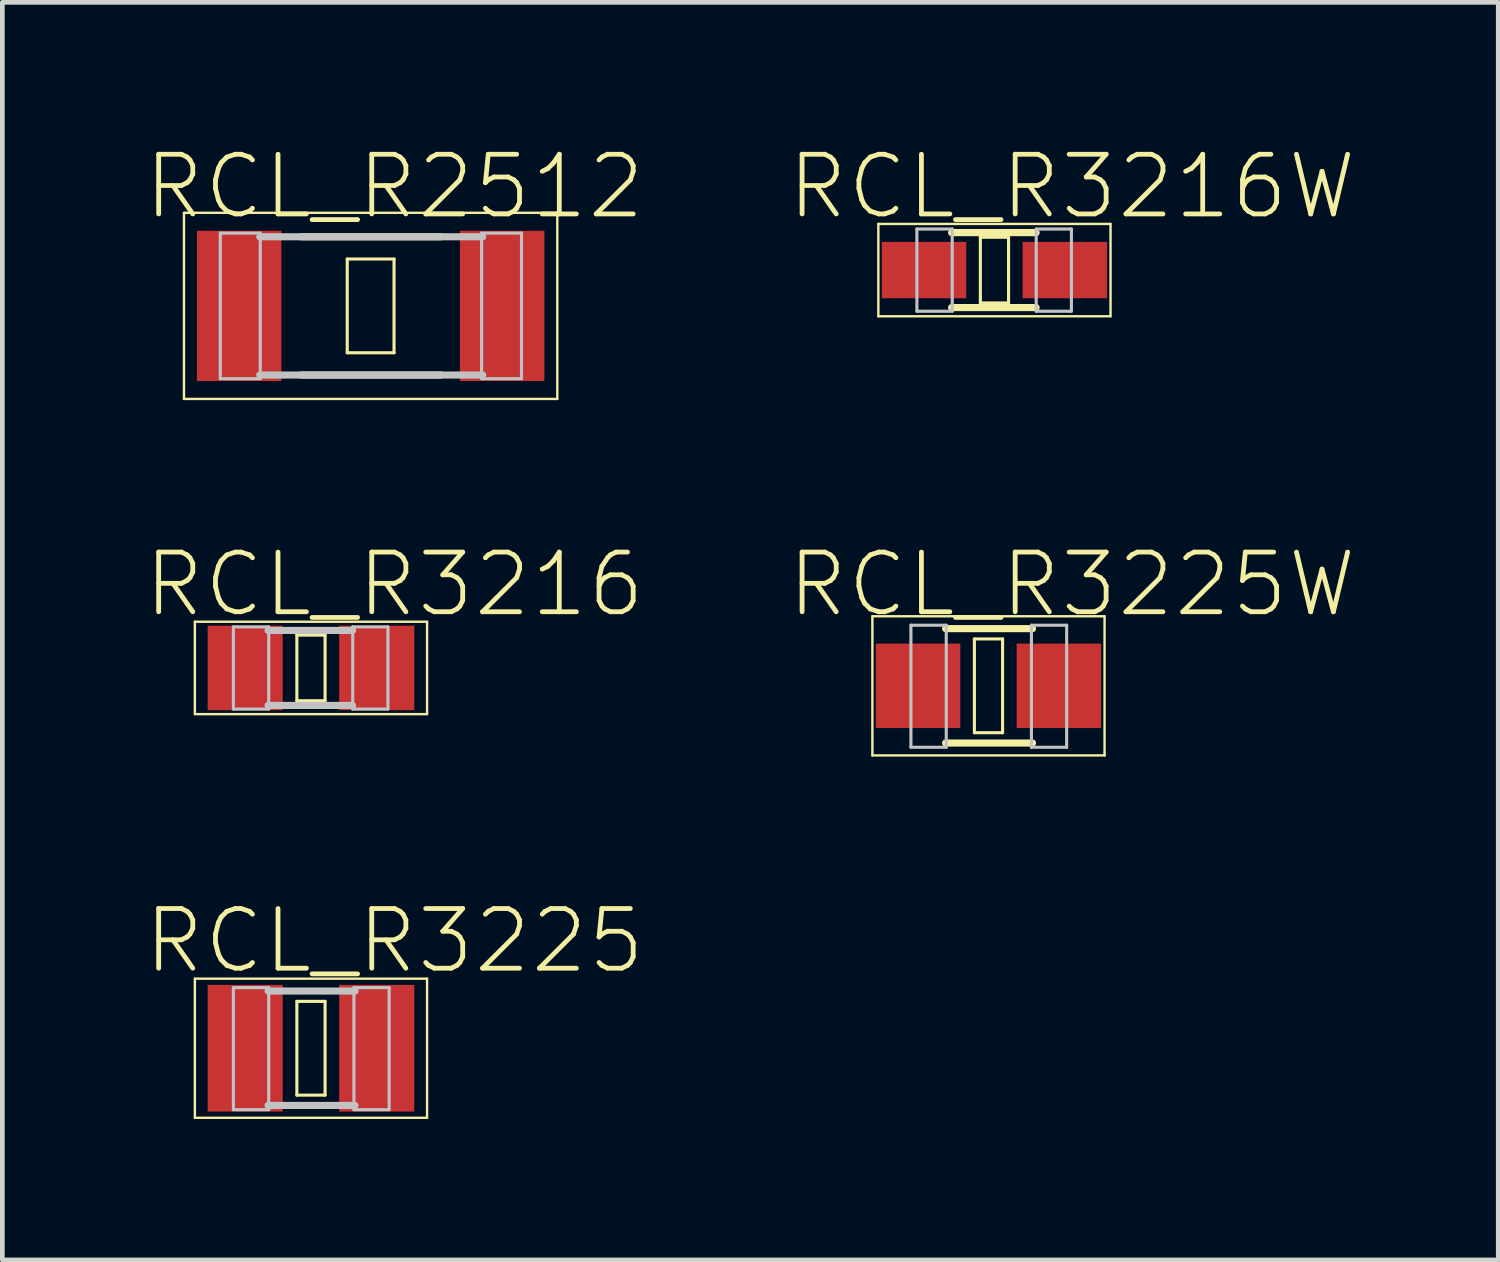
<source format=kicad_pcb>
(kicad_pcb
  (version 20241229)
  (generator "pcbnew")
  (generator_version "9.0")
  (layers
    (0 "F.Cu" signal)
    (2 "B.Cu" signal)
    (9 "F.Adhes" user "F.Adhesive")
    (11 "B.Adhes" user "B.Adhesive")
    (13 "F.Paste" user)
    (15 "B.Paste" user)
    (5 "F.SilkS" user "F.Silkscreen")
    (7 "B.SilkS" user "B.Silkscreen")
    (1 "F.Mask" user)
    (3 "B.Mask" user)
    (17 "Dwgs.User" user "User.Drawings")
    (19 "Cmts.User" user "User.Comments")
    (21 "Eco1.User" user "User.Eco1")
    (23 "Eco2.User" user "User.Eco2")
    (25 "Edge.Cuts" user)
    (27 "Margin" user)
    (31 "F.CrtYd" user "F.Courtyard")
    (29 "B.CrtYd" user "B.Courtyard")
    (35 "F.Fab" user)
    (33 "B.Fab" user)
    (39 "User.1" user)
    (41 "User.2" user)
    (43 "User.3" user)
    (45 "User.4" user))
  (footprint "RCL_R3225W"
    (layer "F.Cu")
    (at 17.99 11.548)
    (property "Reference" "RCL_R3225W" (at 1.778 -2.159 0) (layer "F.SilkS") (effects (font (size 1.27 1.27) (thickness 0.102))))
    (attr smd)
    (fp_line (start -2.471 -1.481) (end 2.471 -1.481) (stroke (width 0.051) (type solid)) (layer "F.SilkS"))
    (fp_line (start -2.471 1.481) (end -2.471 -1.481) (stroke (width 0.051) (type solid)) (layer "F.SilkS"))
    (fp_line (start -0.912 -1.217) (end 0.937 -1.217) (stroke (width 0.152) (type solid)) (layer "F.SilkS"))
    (fp_line (start -0.912 1.217) (end 0.937 1.217) (stroke (width 0.152) (type solid)) (layer "F.SilkS"))
    (fp_line (start -0.3 -0.998) (end 0.3 -0.998) (stroke (width 0.066) (type solid)) (layer "F.SilkS"))
    (fp_line (start -0.3 0.998) (end -0.3 -0.998) (stroke (width 0.066) (type solid)) (layer "F.SilkS"))
    (fp_line (start -0.3 0.998) (end 0.3 0.998) (stroke (width 0.066) (type solid)) (layer "F.SilkS"))
    (fp_line (start 0.3 0.998) (end 0.3 -0.998) (stroke (width 0.066) (type solid)) (layer "F.SilkS"))
    (fp_line (start 2.471 -1.481) (end 2.471 1.481) (stroke (width 0.051) (type solid)) (layer "F.SilkS"))
    (fp_line (start 2.471 1.481) (end -2.471 1.481) (stroke (width 0.051) (type solid)) (layer "F.SilkS"))
    (fp_line (start -1.651 -1.29) (end -0.899 -1.29) (stroke (width 0.066) (type solid)) (layer "Dwgs.User"))
    (fp_line (start -1.651 1.308) (end -1.651 -1.29) (stroke (width 0.066) (type solid)) (layer "Dwgs.User"))
    (fp_line (start -1.651 1.308) (end -0.899 1.308) (stroke (width 0.066) (type solid)) (layer "Dwgs.User"))
    (fp_line (start -0.899 1.308) (end -0.899 -1.29) (stroke (width 0.066) (type solid)) (layer "Dwgs.User"))
    (fp_line (start 0.914 -1.29) (end 1.664 -1.29) (stroke (width 0.066) (type solid)) (layer "Dwgs.User"))
    (fp_line (start 0.914 1.308) (end 0.914 -1.29) (stroke (width 0.066) (type solid)) (layer "Dwgs.User"))
    (fp_line (start 0.914 1.308) (end 1.664 1.308) (stroke (width 0.066) (type solid)) (layer "Dwgs.User"))
    (fp_line (start 1.664 1.308) (end 1.664 -1.29) (stroke (width 0.066) (type solid)) (layer "Dwgs.User"))
    (pad "1" smd rect (at -1.499 0) (size 1.798 1.798) (layers "F.Cu" "F.Mask" "F.Paste"))
    (pad "2" smd rect (at 1.499 0) (size 1.798 1.798) (layers "F.Cu" "F.Mask" "F.Paste")))
  (footprint "RCL_R3216"
    (layer "F.Cu")
    (at 3.569 11.167)
    (property "Reference" "RCL_R3216" (at 1.778 -1.778 0) (layer "F.SilkS") (effects (font (size 1.27 1.27) (thickness 0.102))))
    (attr smd)
    (fp_line (start -2.471 -0.983) (end 2.471 -0.983) (stroke (width 0.051) (type solid)) (layer "F.SilkS"))
    (fp_line (start -2.471 0.983) (end -2.471 -0.983) (stroke (width 0.051) (type solid)) (layer "F.SilkS"))
    (fp_line (start -0.3 -0.699) (end 0.3 -0.699) (stroke (width 0.066) (type solid)) (layer "F.SilkS"))
    (fp_line (start -0.3 0.699) (end -0.3 -0.699) (stroke (width 0.066) (type solid)) (layer "F.SilkS"))
    (fp_line (start -0.3 0.699) (end 0.3 0.699) (stroke (width 0.066) (type solid)) (layer "F.SilkS"))
    (fp_line (start 0.3 0.699) (end 0.3 -0.699) (stroke (width 0.066) (type solid)) (layer "F.SilkS"))
    (fp_line (start 2.471 -0.983) (end 2.471 0.983) (stroke (width 0.051) (type solid)) (layer "F.SilkS"))
    (fp_line (start 2.471 0.983) (end -2.471 0.983) (stroke (width 0.051) (type solid)) (layer "F.SilkS"))
    (fp_line (start -1.651 -0.874) (end -0.899 -0.874) (stroke (width 0.066) (type solid)) (layer "Dwgs.User"))
    (fp_line (start -1.651 0.876) (end -1.651 -0.874) (stroke (width 0.066) (type solid)) (layer "Dwgs.User"))
    (fp_line (start -1.651 0.876) (end -0.899 0.876) (stroke (width 0.066) (type solid)) (layer "Dwgs.User"))
    (fp_line (start -0.912 -0.798) (end 0.886 -0.798) (stroke (width 0.152) (type solid)) (layer "Dwgs.User"))
    (fp_line (start -0.912 0.798) (end 0.886 0.798) (stroke (width 0.152) (type solid)) (layer "Dwgs.User"))
    (fp_line (start -0.899 0.876) (end -0.899 -0.874) (stroke (width 0.066) (type solid)) (layer "Dwgs.User"))
    (fp_line (start 0.889 -0.874) (end 1.638 -0.874) (stroke (width 0.066) (type solid)) (layer "Dwgs.User"))
    (fp_line (start 0.889 0.876) (end 0.889 -0.874) (stroke (width 0.066) (type solid)) (layer "Dwgs.User"))
    (fp_line (start 0.889 0.876) (end 1.638 0.876) (stroke (width 0.066) (type solid)) (layer "Dwgs.User"))
    (fp_line (start 1.638 0.876) (end 1.638 -0.874) (stroke (width 0.066) (type solid)) (layer "Dwgs.User"))
    (pad "1" smd rect (at -1.4 0) (size 1.598 1.798) (layers "F.Cu" "F.Mask" "F.Paste"))
    (pad "2" smd rect (at 1.4 0) (size 1.598 1.798) (layers "F.Cu" "F.Mask" "F.Paste")))
  (footprint "RCL_R2512"
    (layer "F.Cu")
    (at 4.839 3.461)
    (property "Reference" "RCL_R2512" (at 0.508 -2.54 0) (layer "F.SilkS") (effects (font (size 1.27 1.27) (thickness 0.102))))
    (attr smd)
    (fp_line (start -3.973 -1.981) (end 3.973 -1.981) (stroke (width 0.051) (type solid)) (layer "F.SilkS"))
    (fp_line (start -3.973 1.981) (end -3.973 -1.981) (stroke (width 0.051) (type solid)) (layer "F.SilkS"))
    (fp_line (start -1.471 -1.471) (end 1.496 -1.471) (stroke (width 0.152) (type solid)) (layer "F.SilkS"))
    (fp_line (start -1.471 1.471) (end 1.496 1.471) (stroke (width 0.152) (type solid)) (layer "F.SilkS"))
    (fp_line (start -0.498 -0.998) (end 0.498 -0.998) (stroke (width 0.066) (type solid)) (layer "F.SilkS"))
    (fp_line (start -0.498 0.998) (end -0.498 -0.998) (stroke (width 0.066) (type solid)) (layer "F.SilkS"))
    (fp_line (start -0.498 0.998) (end 0.498 0.998) (stroke (width 0.066) (type solid)) (layer "F.SilkS"))
    (fp_line (start 0.498 0.998) (end 0.498 -0.998) (stroke (width 0.066) (type solid)) (layer "F.SilkS"))
    (fp_line (start 3.973 -1.981) (end 3.973 1.981) (stroke (width 0.051) (type solid)) (layer "F.SilkS"))
    (fp_line (start 3.973 1.981) (end -3.973 1.981) (stroke (width 0.051) (type solid)) (layer "F.SilkS"))
    (fp_line (start -3.2 -1.549) (end -2.349 -1.549) (stroke (width 0.066) (type solid)) (layer "Dwgs.User"))
    (fp_line (start -3.2 1.549) (end -3.2 -1.549) (stroke (width 0.066) (type solid)) (layer "Dwgs.User"))
    (fp_line (start -3.2 1.549) (end -2.349 1.549) (stroke (width 0.066) (type solid)) (layer "Dwgs.User"))
    (fp_line (start -2.36 -1.471) (end 2.385 -1.471) (stroke (width 0.152) (type solid)) (layer "Dwgs.User"))
    (fp_line (start -2.36 1.471) (end 2.385 1.471) (stroke (width 0.152) (type solid)) (layer "Dwgs.User"))
    (fp_line (start -2.349 1.549) (end -2.349 -1.549) (stroke (width 0.066) (type solid)) (layer "Dwgs.User"))
    (fp_line (start 2.362 -1.549) (end 3.211 -1.549) (stroke (width 0.066) (type solid)) (layer "Dwgs.User"))
    (fp_line (start 2.362 1.549) (end 2.362 -1.549) (stroke (width 0.066) (type solid)) (layer "Dwgs.User"))
    (fp_line (start 2.362 1.549) (end 3.211 1.549) (stroke (width 0.066) (type solid)) (layer "Dwgs.User"))
    (fp_line (start 3.211 1.549) (end 3.211 -1.549) (stroke (width 0.066) (type solid)) (layer "Dwgs.User"))
    (pad "1" smd rect (at -2.799 0) (size 1.798 3.198) (layers "F.Cu" "F.Mask" "F.Paste"))
    (pad "2" smd rect (at 2.799 0) (size 1.798 3.198) (layers "F.Cu" "F.Mask" "F.Paste")))
  (footprint "RCL_R3216W"
    (layer "F.Cu")
    (at 18.117 2.699)
    (property "Reference" "RCL_R3216W" (at 1.651 -1.778 0) (layer "F.SilkS") (effects (font (size 1.27 1.27) (thickness 0.102))))
    (attr smd)
    (fp_line (start -2.471 -0.983) (end 2.471 -0.983) (stroke (width 0.051) (type solid)) (layer "F.SilkS"))
    (fp_line (start -2.471 0.983) (end -2.471 -0.983) (stroke (width 0.051) (type solid)) (layer "F.SilkS"))
    (fp_line (start -0.912 -0.798) (end 0.886 -0.798) (stroke (width 0.152) (type solid)) (layer "F.SilkS"))
    (fp_line (start -0.912 0.798) (end 0.886 0.798) (stroke (width 0.152) (type solid)) (layer "F.SilkS"))
    (fp_line (start -0.3 -0.699) (end 0.3 -0.699) (stroke (width 0.066) (type solid)) (layer "F.SilkS"))
    (fp_line (start -0.3 0.699) (end -0.3 -0.699) (stroke (width 0.066) (type solid)) (layer "F.SilkS"))
    (fp_line (start -0.3 0.699) (end 0.3 0.699) (stroke (width 0.066) (type solid)) (layer "F.SilkS"))
    (fp_line (start 0.3 0.699) (end 0.3 -0.699) (stroke (width 0.066) (type solid)) (layer "F.SilkS"))
    (fp_line (start 2.471 -0.983) (end 2.471 0.983) (stroke (width 0.051) (type solid)) (layer "F.SilkS"))
    (fp_line (start 2.471 0.983) (end -2.471 0.983) (stroke (width 0.051) (type solid)) (layer "F.SilkS"))
    (fp_line (start -1.651 -0.874) (end -0.899 -0.874) (stroke (width 0.066) (type solid)) (layer "Dwgs.User"))
    (fp_line (start -1.651 0.876) (end -1.651 -0.874) (stroke (width 0.066) (type solid)) (layer "Dwgs.User"))
    (fp_line (start -1.651 0.876) (end -0.899 0.876) (stroke (width 0.066) (type solid)) (layer "Dwgs.User"))
    (fp_line (start -0.899 0.876) (end -0.899 -0.874) (stroke (width 0.066) (type solid)) (layer "Dwgs.User"))
    (fp_line (start 0.889 -0.874) (end 1.638 -0.874) (stroke (width 0.066) (type solid)) (layer "Dwgs.User"))
    (fp_line (start 0.889 0.876) (end 0.889 -0.874) (stroke (width 0.066) (type solid)) (layer "Dwgs.User"))
    (fp_line (start 0.889 0.876) (end 1.638 0.876) (stroke (width 0.066) (type solid)) (layer "Dwgs.User"))
    (fp_line (start 1.638 0.876) (end 1.638 -0.874) (stroke (width 0.066) (type solid)) (layer "Dwgs.User"))
    (pad "1" smd rect (at -1.499 0) (size 1.798 1.199) (layers "F.Cu" "F.Mask" "F.Paste"))
    (pad "2" smd rect (at 1.499 0) (size 1.798 1.199) (layers "F.Cu" "F.Mask" "F.Paste")))
  (footprint "RCL_R3225"
    (layer "F.Cu")
    (at 3.569 19.262)
    (property "Reference" "RCL_R3225" (at 1.778 -2.286 0) (layer "F.SilkS") (effects (font (size 1.27 1.27) (thickness 0.102))))
    (attr smd)
    (fp_line (start -2.471 -1.481) (end 2.471 -1.481) (stroke (width 0.051) (type solid)) (layer "F.SilkS"))
    (fp_line (start -2.471 1.481) (end -2.471 -1.481) (stroke (width 0.051) (type solid)) (layer "F.SilkS"))
    (fp_line (start -0.3 -0.998) (end 0.3 -0.998) (stroke (width 0.066) (type solid)) (layer "F.SilkS"))
    (fp_line (start -0.3 0.998) (end -0.3 -0.998) (stroke (width 0.066) (type solid)) (layer "F.SilkS"))
    (fp_line (start -0.3 0.998) (end 0.3 0.998) (stroke (width 0.066) (type solid)) (layer "F.SilkS"))
    (fp_line (start 0.3 0.998) (end 0.3 -0.998) (stroke (width 0.066) (type solid)) (layer "F.SilkS"))
    (fp_line (start 2.471 -1.481) (end 2.471 1.481) (stroke (width 0.051) (type solid)) (layer "F.SilkS"))
    (fp_line (start 2.471 1.481) (end -2.471 1.481) (stroke (width 0.051) (type solid)) (layer "F.SilkS"))
    (fp_line (start -1.651 -1.29) (end -0.899 -1.29) (stroke (width 0.066) (type solid)) (layer "Dwgs.User"))
    (fp_line (start -1.651 1.308) (end -1.651 -1.29) (stroke (width 0.066) (type solid)) (layer "Dwgs.User"))
    (fp_line (start -1.651 1.308) (end -0.899 1.308) (stroke (width 0.066) (type solid)) (layer "Dwgs.User"))
    (fp_line (start -0.912 -1.217) (end 0.937 -1.217) (stroke (width 0.152) (type solid)) (layer "Dwgs.User"))
    (fp_line (start -0.912 1.217) (end 0.937 1.217) (stroke (width 0.152) (type solid)) (layer "Dwgs.User"))
    (fp_line (start -0.899 1.308) (end -0.899 -1.29) (stroke (width 0.066) (type solid)) (layer "Dwgs.User"))
    (fp_line (start 0.914 -1.29) (end 1.664 -1.29) (stroke (width 0.066) (type solid)) (layer "Dwgs.User"))
    (fp_line (start 0.914 1.308) (end 0.914 -1.29) (stroke (width 0.066) (type solid)) (layer "Dwgs.User"))
    (fp_line (start 0.914 1.308) (end 1.664 1.308) (stroke (width 0.066) (type solid)) (layer "Dwgs.User"))
    (fp_line (start 1.664 1.308) (end 1.664 -1.29) (stroke (width 0.066) (type solid)) (layer "Dwgs.User"))
    (pad "1" smd rect (at -1.4 0) (size 1.598 2.697) (layers "F.Cu" "F.Mask" "F.Paste"))
    (pad "2" smd rect (at 1.4 0) (size 1.598 2.697) (layers "F.Cu" "F.Mask" "F.Paste")))
  (gr_rect
    (start -3 -3)
    (end 28.841 23.768)
    (stroke (width 0.1) (type default))
    (fill no)
    (layer "Edge.Cuts")))
</source>
